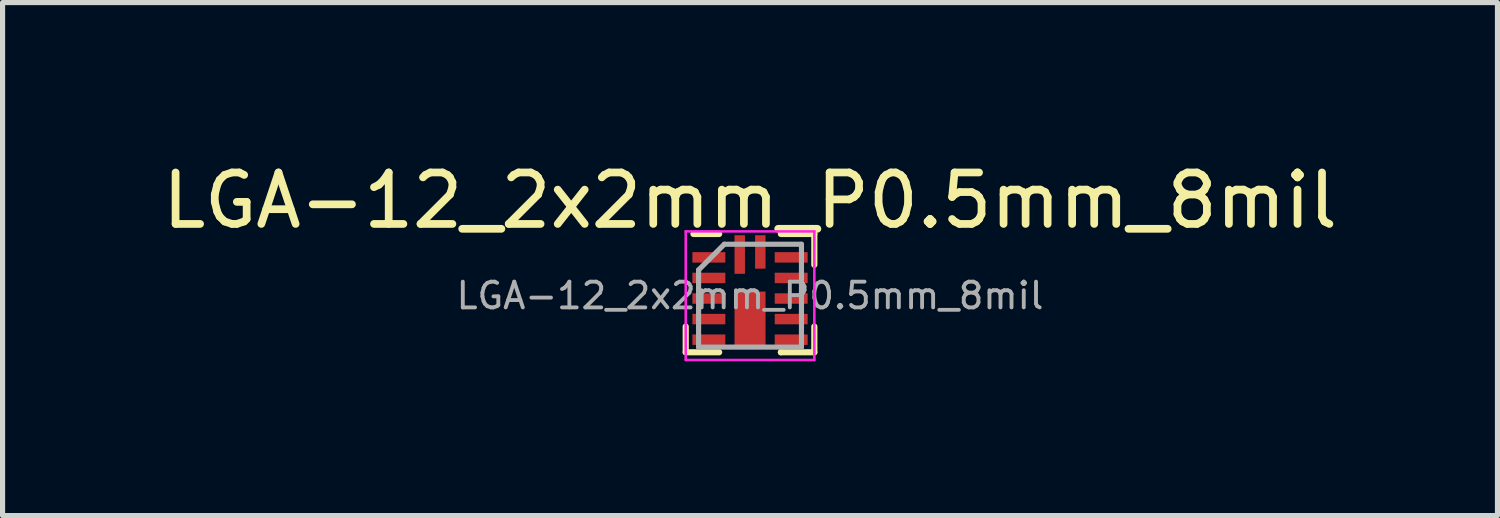
<source format=kicad_pcb>
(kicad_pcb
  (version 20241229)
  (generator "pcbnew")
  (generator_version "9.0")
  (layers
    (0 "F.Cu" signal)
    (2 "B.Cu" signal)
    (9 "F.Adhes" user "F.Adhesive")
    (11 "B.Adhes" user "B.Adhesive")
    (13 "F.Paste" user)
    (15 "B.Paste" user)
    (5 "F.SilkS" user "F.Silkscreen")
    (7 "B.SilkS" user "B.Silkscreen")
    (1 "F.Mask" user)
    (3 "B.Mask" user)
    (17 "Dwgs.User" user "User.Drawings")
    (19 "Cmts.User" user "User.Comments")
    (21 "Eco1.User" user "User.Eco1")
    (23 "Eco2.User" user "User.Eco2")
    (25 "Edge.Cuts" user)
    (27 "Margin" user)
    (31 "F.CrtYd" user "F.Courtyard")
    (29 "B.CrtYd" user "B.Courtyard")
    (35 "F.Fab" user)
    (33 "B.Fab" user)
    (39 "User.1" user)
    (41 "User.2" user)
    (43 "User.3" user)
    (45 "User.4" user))
  (footprint "LGA-12_2x2mm_P0.5mm_8mil"
    (layer "F.Cu")
    (at 11.53 2.698)
    (property "Reference" "LGA-12_2x2mm_P0.5mm_8mil" (at 0 -1.85 0) (layer "F.SilkS") (effects (font (size 1 1) (thickness 0.15))))
    (attr smd)
    (fp_line (start -1.25 1.1) (end -1.25 0.6) (stroke (width 0.12) (type solid)) (layer "F.SilkS"))
    (fp_line (start -0.6 -1.2) (end -1.1 -1.2) (stroke (width 0.12) (type solid)) (layer "F.SilkS"))
    (fp_line (start -0.6 1.1) (end -1.25 1.1) (stroke (width 0.12) (type solid)) (layer "F.SilkS"))
    (fp_line (start 0.6 -1.2) (end 1.25 -1.2) (stroke (width 0.12) (type solid)) (layer "F.SilkS"))
    (fp_line (start 0.6 1.1) (end 0.6 1.1) (stroke (width 0.12) (type solid)) (layer "F.SilkS"))
    (fp_line (start 1.25 -1.2) (end 1.25 -0.6) (stroke (width 0.12) (type solid)) (layer "F.SilkS"))
    (fp_line (start 1.25 0.6) (end 1.25 1.1) (stroke (width 0.12) (type solid)) (layer "F.SilkS"))
    (fp_line (start 1.25 1.1) (end 0.6 1.1) (stroke (width 0.12) (type solid)) (layer "F.SilkS"))
    (fp_line (start -1.25 -1.25) (end 1.25 -1.25) (stroke (width 0.05) (type solid)) (layer "F.CrtYd"))
    (fp_line (start -1.25 1.25) (end -1.25 -1.25) (stroke (width 0.05) (type solid)) (layer "F.CrtYd"))
    (fp_line (start 1.25 -1.25) (end 1.25 1.25) (stroke (width 0.05) (type solid)) (layer "F.CrtYd"))
    (fp_line (start 1.25 1.25) (end -1.25 1.25) (stroke (width 0.05) (type solid)) (layer "F.CrtYd"))
    (fp_line (start -1 -0.5) (end -0.5 -1) (stroke (width 0.1) (type solid)) (layer "F.Fab"))
    (fp_line (start -1 1) (end -1 -0.5) (stroke (width 0.1) (type solid)) (layer "F.Fab"))
    (fp_line (start -0.5 -1) (end 1 -1) (stroke (width 0.1) (type solid)) (layer "F.Fab"))
    (fp_line (start 1 -1) (end 1 1) (stroke (width 0.1) (type solid)) (layer "F.Fab"))
    (fp_line (start 1 1) (end -1 1) (stroke (width 0.1) (type solid)) (layer "F.Fab"))
    (fp_text user "${REFERENCE}" (at 0 0 0) (layer "F.Fab") (effects (font (size 0.5 0.5) (thickness 0.075))))
    (pad "1" smd rect (at -0.2 -0.8 90) (size 0.75 0.203) (layers "F.Cu" "F.Mask" "F.Paste"))
    (pad "2" smd rect (at -0.8 -0.745) (size 0.64 0.203) (layers "F.Cu" "F.Mask" "F.Paste"))
    (pad "3" smd rect (at -0.8 -0.345) (size 0.64 0.203) (layers "F.Cu" "F.Mask" "F.Paste"))
    (pad "4" smd rect (at -0.8 0.055) (size 0.64 0.203) (layers "F.Cu" "F.Mask" "F.Paste"))
    (pad "5" smd rect (at -0.8 0.455) (size 0.64 0.203) (layers "F.Cu" "F.Mask" "F.Paste"))
    (pad "6" smd rect (at -0.8 0.855) (size 0.64 0.203) (layers "F.Cu" "F.Mask" "F.Paste"))
    (pad "7" smd rect (at 0.8 0.855) (size 0.64 0.203) (layers "F.Cu" "F.Mask" "F.Paste"))
    (pad "8" smd rect (at 0.8 0.455) (size 0.64 0.203) (layers "F.Cu" "F.Mask" "F.Paste"))
    (pad "9" smd rect (at 0.8 0.055) (size 0.64 0.203) (layers "F.Cu" "F.Mask" "F.Paste"))
    (pad "10" smd rect (at 0.8 -0.345) (size 0.64 0.203) (layers "F.Cu" "F.Mask" "F.Paste"))
    (pad "11" smd rect (at 0.8 -0.745) (size 0.64 0.203) (layers "F.Cu" "F.Mask" "F.Paste"))
    (pad "12" smd rect (at 0.2 -0.85 90) (size 0.65 0.203) (layers "F.Cu" "F.Mask" "F.Paste"))
    (pad "13" smd rect (at 0 0.45) (size 0.603 1.06) (layers "F.Cu" "F.Mask" "F.Paste")))
  (gr_rect
    (start -3 -3)
    (end 26.06 6.973)
    (stroke (width 0.1) (type default))
    (fill no)
    (layer "Edge.Cuts")))
</source>
